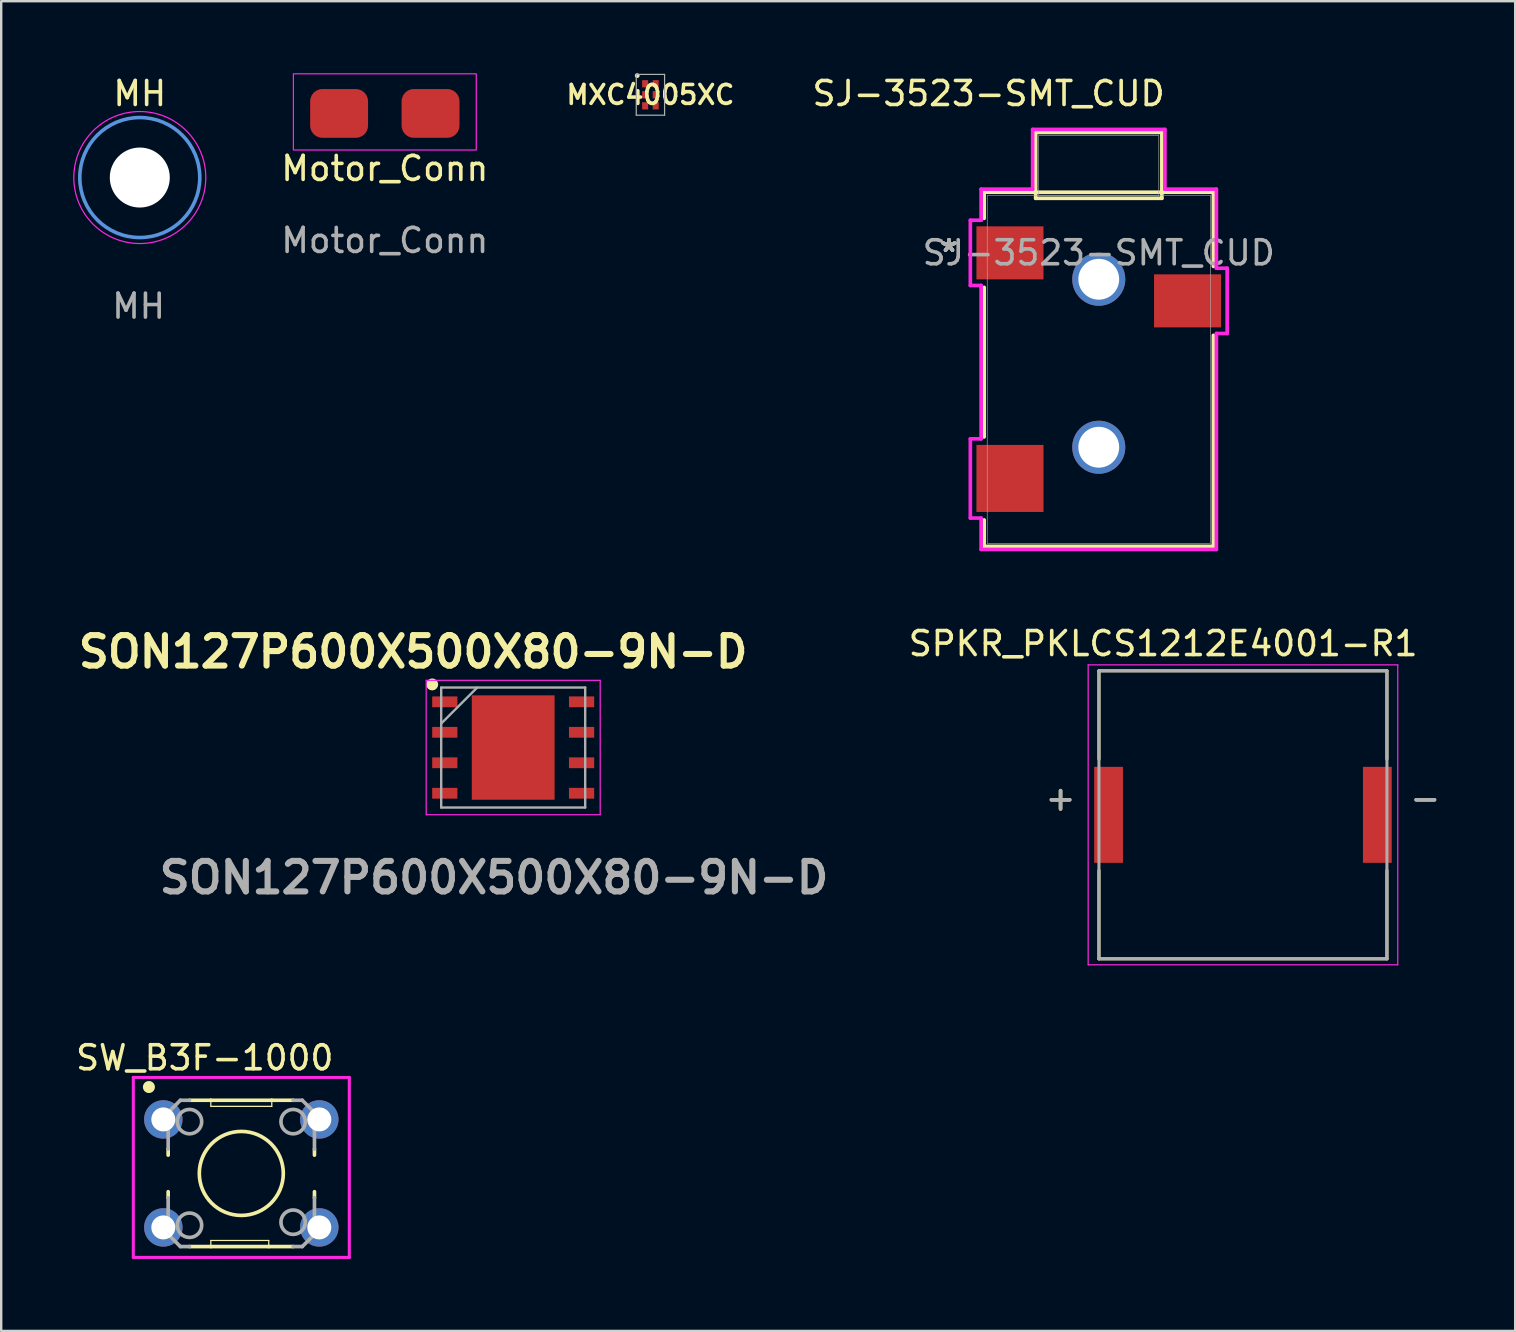
<source format=kicad_pcb>
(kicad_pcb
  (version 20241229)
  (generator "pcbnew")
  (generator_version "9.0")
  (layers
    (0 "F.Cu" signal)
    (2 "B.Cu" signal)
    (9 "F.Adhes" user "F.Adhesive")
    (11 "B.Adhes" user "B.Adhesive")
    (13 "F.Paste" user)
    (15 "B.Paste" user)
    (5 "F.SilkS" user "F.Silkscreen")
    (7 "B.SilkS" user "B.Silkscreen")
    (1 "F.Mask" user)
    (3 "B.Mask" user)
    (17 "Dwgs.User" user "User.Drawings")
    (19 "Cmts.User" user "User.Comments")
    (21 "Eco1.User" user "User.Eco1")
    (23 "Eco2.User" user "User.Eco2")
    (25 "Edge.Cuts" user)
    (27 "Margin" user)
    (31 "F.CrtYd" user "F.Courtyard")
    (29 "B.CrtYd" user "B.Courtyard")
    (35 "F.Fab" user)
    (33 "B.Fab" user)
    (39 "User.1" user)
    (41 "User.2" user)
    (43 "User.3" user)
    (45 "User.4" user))
  (footprint "SON127P600X500X80-9N-D"
    (layer "F.Cu")
    (at 18.334 28.099)
    (property "Reference" "SON127P600X500X80-9N-D" (at -4.17 -3.99 0) (layer "F.SilkS") (effects (font (size 1.27 1.27) (thickness 0.254))))
    (attr smd)
    (fp_circle (center -3.375 -2.63) (end -3.375 -2.505) (stroke (width 0.25) (type solid)) (fill no) (layer "F.SilkS"))
    (fp_line (start -3.625 -2.8) (end 3.625 -2.8) (stroke (width 0.05) (type solid)) (layer "F.CrtYd"))
    (fp_line (start -3.625 2.8) (end -3.625 -2.8) (stroke (width 0.05) (type solid)) (layer "F.CrtYd"))
    (fp_line (start 3.625 -2.8) (end 3.625 2.8) (stroke (width 0.05) (type solid)) (layer "F.CrtYd"))
    (fp_line (start 3.625 2.8) (end -3.625 2.8) (stroke (width 0.05) (type solid)) (layer "F.CrtYd"))
    (fp_line (start -3 -2.5) (end 3 -2.5) (stroke (width 0.1) (type solid)) (layer "F.Fab"))
    (fp_line (start -3 -1) (end -1.5 -2.5) (stroke (width 0.1) (type solid)) (layer "F.Fab"))
    (fp_line (start -3 2.5) (end -3 -2.5) (stroke (width 0.1) (type solid)) (layer "F.Fab"))
    (fp_line (start 3 -2.5) (end 3 2.5) (stroke (width 0.1) (type solid)) (layer "F.Fab"))
    (fp_line (start 3 2.5) (end -3 2.5) (stroke (width 0.1) (type solid)) (layer "F.Fab"))
    (fp_text user "${REFERENCE}" (at -0.8 5.42 0) (layer "F.Fab") (effects (font (size 1.27 1.27) (thickness 0.254))))
    (pad "1" smd rect (at -2.85 -1.905 90) (size 0.45 1.05) (layers "F.Cu" "F.Mask" "F.Paste"))
    (pad "2" smd rect (at -2.85 -0.635 90) (size 0.45 1.05) (layers "F.Cu" "F.Mask" "F.Paste"))
    (pad "3" smd rect (at -2.85 0.635 90) (size 0.45 1.05) (layers "F.Cu" "F.Mask" "F.Paste"))
    (pad "4" smd rect (at -2.85 1.905 90) (size 0.45 1.05) (layers "F.Cu" "F.Mask" "F.Paste"))
    (pad "5" smd rect (at 2.85 1.905 90) (size 0.45 1.05) (layers "F.Cu" "F.Mask" "F.Paste"))
    (pad "6" smd rect (at 2.85 0.635 90) (size 0.45 1.05) (layers "F.Cu" "F.Mask" "F.Paste"))
    (pad "7" smd rect (at 2.85 -0.635 90) (size 0.45 1.05) (layers "F.Cu" "F.Mask" "F.Paste"))
    (pad "8" smd rect (at 2.85 -1.905 90) (size 0.45 1.05) (layers "F.Cu" "F.Mask" "F.Paste"))
    (pad "9" smd rect (at 0 0) (size 3.45 4.35) (layers "F.Cu" "F.Mask" "F.Paste")))
  (footprint "SPKR_PKLCS1212E4001-R1"
    (layer "F.Cu")
    (at 48.742 30.903)
    (property "Reference" "SPKR_PKLCS1212E4001-R1" (at -3.325 -7.135 0) (layer "F.SilkS") (effects (font (size 1 1) (thickness 0.15))))
    (attr smd)
    (fp_line (start -6 -6) (end -6 -2.32) (stroke (width 0.127) (type solid)) (layer "F.SilkS"))
    (fp_line (start -6 -6) (end 6 -6) (stroke (width 0.127) (type solid)) (layer "F.SilkS"))
    (fp_line (start -6 6) (end -6 2.32) (stroke (width 0.127) (type solid)) (layer "F.SilkS"))
    (fp_line (start -6 6) (end 6 6) (stroke (width 0.127) (type solid)) (layer "F.SilkS"))
    (fp_line (start 6 -6) (end 6 -2.32) (stroke (width 0.127) (type solid)) (layer "F.SilkS"))
    (fp_line (start 6 6) (end 6 2.32) (stroke (width 0.127) (type solid)) (layer "F.SilkS"))
    (fp_line (start -6.45 -6.25) (end 6.45 -6.25) (stroke (width 0.05) (type solid)) (layer "F.CrtYd"))
    (fp_line (start -6.45 6.25) (end -6.45 -6.25) (stroke (width 0.05) (type solid)) (layer "F.CrtYd"))
    (fp_line (start 6.45 -6.25) (end 6.45 6.25) (stroke (width 0.05) (type solid)) (layer "F.CrtYd"))
    (fp_line (start 6.45 6.25) (end -6.45 6.25) (stroke (width 0.05) (type solid)) (layer "F.CrtYd"))
    (fp_line (start -6 -6) (end 6 -6) (stroke (width 0.127) (type solid)) (layer "F.Fab"))
    (fp_line (start -6 6) (end -6 -6) (stroke (width 0.127) (type solid)) (layer "F.Fab"))
    (fp_line (start 6 -6) (end 6 6) (stroke (width 0.127) (type solid)) (layer "F.Fab"))
    (fp_line (start 6 6) (end -6 6) (stroke (width 0.127) (type solid)) (layer "F.Fab"))
    (fp_text user "+" (at -7.6 -0.7 0) (layer "F.SilkS") (effects (font (size 1 1) (thickness 0.15))))
    (fp_text user "-" (at 7.6 -0.7 0) (layer "F.SilkS") (effects (font (size 1 1) (thickness 0.15))))
    (fp_text user "+" (at -7.6 -0.7 0) (layer "F.Fab") (effects (font (size 1 1) (thickness 0.15))))
    (fp_text user "-" (at 7.6 -0.7 0) (layer "F.Fab") (effects (font (size 1 1) (thickness 0.15))))
    (pad "N" smd rect (at 5.6 0) (size 1.2 4) (layers "F.Cu" "F.Mask" "F.Paste"))
    (pad "P" smd rect (at -5.6 0) (size 1.2 4) (layers "F.Cu" "F.Mask" "F.Paste")))
  (footprint "SJ-3523-SMT_CUD"
    (layer "F.Cu")
    (at 42.734 12.338)
    (property "Reference" "SJ-3523-SMT_CUD" (at -4.59 -11.49 0) (unlocked yes) (layer "F.SilkS") (effects (font (size 1 1) (thickness 0.15))))
    (attr smd)
    (fp_line (start -4.775 -7.379) (end -4.775 -6.289) (stroke (width 0.152) (type solid)) (layer "F.SilkS"))
    (fp_line (start -4.775 -3.414) (end -4.775 2.819) (stroke (width 0.152) (type solid)) (layer "F.SilkS"))
    (fp_line (start -4.775 6.278) (end -4.775 7.379) (stroke (width 0.152) (type solid)) (layer "F.SilkS"))
    (fp_line (start -4.775 7.379) (end 4.775 7.379) (stroke (width 0.152) (type solid)) (layer "F.SilkS"))
    (fp_line (start -2.629 -9.868) (end -2.629 -7.125) (stroke (width 0.152) (type solid)) (layer "F.SilkS"))
    (fp_line (start -2.629 -7.125) (end 2.629 -7.125) (stroke (width 0.152) (type solid)) (layer "F.SilkS"))
    (fp_line (start 2.629 -9.868) (end -2.629 -9.868) (stroke (width 0.152) (type solid)) (layer "F.SilkS"))
    (fp_line (start 2.629 -7.125) (end 2.629 -9.868) (stroke (width 0.152) (type solid)) (layer "F.SilkS"))
    (fp_line (start 4.775 -7.379) (end -4.775 -7.379) (stroke (width 0.152) (type solid)) (layer "F.SilkS"))
    (fp_line (start 4.775 -4.289) (end 4.775 -7.379) (stroke (width 0.152) (type solid)) (layer "F.SilkS"))
    (fp_line (start 4.775 7.379) (end 4.775 -1.414) (stroke (width 0.152) (type solid)) (layer "F.SilkS"))
    (fp_line (start -5.351 -6.211) (end -5.351 -3.493) (stroke (width 0.152) (type solid)) (layer "F.CrtYd"))
    (fp_line (start -5.351 -3.493) (end -4.902 -3.493) (stroke (width 0.152) (type solid)) (layer "F.CrtYd"))
    (fp_line (start -5.351 2.897) (end -5.351 6.199) (stroke (width 0.152) (type solid)) (layer "F.CrtYd"))
    (fp_line (start -5.351 6.199) (end -4.902 6.199) (stroke (width 0.152) (type solid)) (layer "F.CrtYd"))
    (fp_line (start -4.902 -7.506) (end -4.902 -6.211) (stroke (width 0.152) (type solid)) (layer "F.CrtYd"))
    (fp_line (start -4.902 -6.211) (end -5.351 -6.211) (stroke (width 0.152) (type solid)) (layer "F.CrtYd"))
    (fp_line (start -4.902 -3.493) (end -4.902 2.897) (stroke (width 0.152) (type solid)) (layer "F.CrtYd"))
    (fp_line (start -4.902 2.897) (end -5.351 2.897) (stroke (width 0.152) (type solid)) (layer "F.CrtYd"))
    (fp_line (start -4.902 6.199) (end -4.902 7.506) (stroke (width 0.152) (type solid)) (layer "F.CrtYd"))
    (fp_line (start -4.902 7.506) (end 4.902 7.506) (stroke (width 0.152) (type solid)) (layer "F.CrtYd"))
    (fp_line (start -2.756 -9.995) (end -2.756 -7.506) (stroke (width 0.152) (type solid)) (layer "F.CrtYd"))
    (fp_line (start -2.756 -7.506) (end -4.902 -7.506) (stroke (width 0.152) (type solid)) (layer "F.CrtYd"))
    (fp_line (start 2.756 -9.995) (end -2.756 -9.995) (stroke (width 0.152) (type solid)) (layer "F.CrtYd"))
    (fp_line (start 2.756 -7.506) (end 2.756 -9.995) (stroke (width 0.152) (type solid)) (layer "F.CrtYd"))
    (fp_line (start 4.902 -7.506) (end 2.756 -7.506) (stroke (width 0.152) (type solid)) (layer "F.CrtYd"))
    (fp_line (start 4.902 -4.211) (end 4.902 -7.506) (stroke (width 0.152) (type solid)) (layer "F.CrtYd"))
    (fp_line (start 4.902 -1.493) (end 5.351 -1.493) (stroke (width 0.152) (type solid)) (layer "F.CrtYd"))
    (fp_line (start 4.902 7.506) (end 4.902 -1.493) (stroke (width 0.152) (type solid)) (layer "F.CrtYd"))
    (fp_line (start 5.351 -4.211) (end 4.902 -4.211) (stroke (width 0.152) (type solid)) (layer "F.CrtYd"))
    (fp_line (start 5.351 -1.493) (end 5.351 -4.211) (stroke (width 0.152) (type solid)) (layer "F.CrtYd"))
    (fp_line (start -4.648 -7.252) (end -4.648 7.252) (stroke (width 0.025) (type solid)) (layer "F.Fab"))
    (fp_line (start -4.648 7.252) (end 4.648 7.252) (stroke (width 0.025) (type solid)) (layer "F.Fab"))
    (fp_line (start -2.502 -9.741) (end -2.502 -7.252) (stroke (width 0.025) (type solid)) (layer "F.Fab"))
    (fp_line (start -2.502 -7.252) (end 2.502 -7.252) (stroke (width 0.025) (type solid)) (layer "F.Fab"))
    (fp_line (start 2.502 -9.741) (end -2.502 -9.741) (stroke (width 0.025) (type solid)) (layer "F.Fab"))
    (fp_line (start 2.502 -7.252) (end 2.502 -9.741) (stroke (width 0.025) (type solid)) (layer "F.Fab"))
    (fp_line (start 4.648 -7.252) (end -4.648 -7.252) (stroke (width 0.025) (type solid)) (layer "F.Fab"))
    (fp_line (start 4.648 7.252) (end 4.648 -7.252) (stroke (width 0.025) (type solid)) (layer "F.Fab"))
    (fp_text user "*" (at -6.24 -4.852 0) (unlocked yes) (layer "F.SilkS") (effects (font (size 1 1) (thickness 0.15))))
    (fp_text user "*" (at -6.24 -4.852 0) (layer "F.SilkS") (effects (font (size 1 1) (thickness 0.15))))
    (fp_text user "${REFERENCE}" (at 0 -4.852 0) (unlocked yes) (layer "F.Fab") (effects (font (size 1 1) (thickness 0.15))))
    (fp_text user "*" (at -6.24 -4.852 0) (unlocked yes) (layer "F.Fab") (effects (font (size 1 1) (thickness 0.15))))
    (fp_text user "*" (at -6.24 -4.852 0) (layer "F.Fab") (effects (font (size 1 1) (thickness 0.15))))
    (pad "1" smd rect (at -3.7 -4.852) (size 2.794 2.21) (layers "F.Cu" "F.Mask" "F.Paste"))
    (pad "2" smd rect (at -3.7 4.548) (size 2.794 2.794) (layers "F.Cu" "F.Mask" "F.Paste"))
    (pad "3" smd rect (at 3.7 -2.852) (size 2.794 2.21) (layers "F.Cu" "F.Mask" "F.Paste"))
    (pad "4" thru_hole circle (at 0 -3.752) (size 2.21 2.21) (drill 1.702) (layers "*.Cu" "*.Mask"))
    (pad "5" thru_hole circle (at 0 3.248) (size 2.21 2.21) (drill 1.702) (layers "*.Cu" "*.Mask")))
  (footprint "Motor_Conn"
    (layer "F.Cu")
    (at 12.985 4.47)
    (property "Reference" "Motor_Conn" (at 0 -0.5 0) (unlocked yes) (layer "F.SilkS") (effects (font (size 1 1) (thickness 0.15))))
    (attr smd)
    (fp_rect (start -3.81 -4.445) (end 3.81 -1.27) (stroke (width 0.05) (type default)) (fill no) (layer "F.CrtYd"))
    (fp_text user "${REFERENCE}" (at 0 2.5 0) (unlocked yes) (layer "F.Fab") (effects (font (size 1 1) (thickness 0.15))))
    (pad "1" smd roundrect (at -1.905 -2.794) (size 2.413 2.032) (layers "F.Cu" "F.Mask" "F.Paste") (roundrect_rratio 0.25))
    (pad "2" smd roundrect (at 1.905 -2.794) (size 2.413 2.032) (layers "F.Cu" "F.Mask" "F.Paste") (roundrect_rratio 0.25)))
  (footprint "SW_B3F-1000"
    (layer "F.Cu")
    (at 7.005 45.845)
    (property "Reference" "SW_B3F-1000" (at -1.523 -4.818 0) (layer "F.SilkS") (effects (font (size 1 1) (thickness 0.15))))
    (attr through_hole)
    (fp_line (start -3.048 -0.762) (end -3.048 -1.016) (stroke (width 0.152) (type solid)) (layer "F.SilkS"))
    (fp_line (start -3.048 0.762) (end -3.048 1.016) (stroke (width 0.152) (type solid)) (layer "F.SilkS"))
    (fp_line (start -2.159 3.048) (end -1.27 3.048) (stroke (width 0.152) (type solid)) (layer "F.SilkS"))
    (fp_line (start -1.27 -3.048) (end -2.159 -3.048) (stroke (width 0.152) (type solid)) (layer "F.SilkS"))
    (fp_line (start -1.27 -3.048) (end -1.27 -2.794) (stroke (width 0.051) (type solid)) (layer "F.SilkS"))
    (fp_line (start -1.27 2.794) (end -1.27 3.048) (stroke (width 0.051) (type solid)) (layer "F.SilkS"))
    (fp_line (start -1.27 3.048) (end 1.143 3.048) (stroke (width 0.152) (type solid)) (layer "F.SilkS"))
    (fp_line (start 1.143 2.794) (end -1.27 2.794) (stroke (width 0.051) (type solid)) (layer "F.SilkS"))
    (fp_line (start 1.143 2.794) (end 1.143 3.048) (stroke (width 0.051) (type solid)) (layer "F.SilkS"))
    (fp_line (start 1.143 3.048) (end 2.159 3.048) (stroke (width 0.152) (type solid)) (layer "F.SilkS"))
    (fp_line (start 1.27 -3.048) (end -1.27 -3.048) (stroke (width 0.152) (type solid)) (layer "F.SilkS"))
    (fp_line (start 1.27 -2.794) (end -1.27 -2.794) (stroke (width 0.051) (type solid)) (layer "F.SilkS"))
    (fp_line (start 1.27 -2.794) (end 1.27 -3.048) (stroke (width 0.051) (type solid)) (layer "F.SilkS"))
    (fp_line (start 2.159 -3.048) (end 1.27 -3.048) (stroke (width 0.152) (type solid)) (layer "F.SilkS"))
    (fp_line (start 3.048 -0.762) (end 3.048 -1.016) (stroke (width 0.152) (type solid)) (layer "F.SilkS"))
    (fp_line (start 3.048 0.762) (end 3.048 1.016) (stroke (width 0.152) (type solid)) (layer "F.SilkS"))
    (fp_circle (center -3.85 -3.6) (end -3.6 -3.6) (stroke (width 0) (type solid)) (fill yes) (layer "F.SilkS"))
    (fp_circle (center 0 0) (end 1.75 0) (stroke (width 0.152) (type solid)) (fill no) (layer "F.SilkS"))
    (fp_line (start -4.5 -4) (end 4.5 -4) (stroke (width 0.127) (type solid)) (layer "F.CrtYd"))
    (fp_line (start -4.5 3.5) (end -4.5 -4) (stroke (width 0.127) (type solid)) (layer "F.CrtYd"))
    (fp_line (start 4.5 -4) (end 4.5 3.5) (stroke (width 0.127) (type solid)) (layer "F.CrtYd"))
    (fp_line (start 4.5 3.5) (end -4.5 3.5) (stroke (width 0.127) (type solid)) (layer "F.CrtYd"))
    (fp_line (start -3.048 -2.54) (end -3.048 -1.016) (stroke (width 0.152) (type solid)) (layer "F.Fab"))
    (fp_line (start -3.048 2.54) (end -3.048 1.016) (stroke (width 0.152) (type solid)) (layer "F.Fab"))
    (fp_line (start -2.54 -3.048) (end -3.048 -2.54) (stroke (width 0.152) (type solid)) (layer "F.Fab"))
    (fp_line (start -2.54 -3.048) (end -2.159 -3.048) (stroke (width 0.152) (type solid)) (layer "F.Fab"))
    (fp_line (start -2.54 3.048) (end -3.048 2.54) (stroke (width 0.152) (type solid)) (layer "F.Fab"))
    (fp_line (start -2.54 3.048) (end -2.159 3.048) (stroke (width 0.152) (type solid)) (layer "F.Fab"))
    (fp_line (start 2.54 -3.048) (end 2.159 -3.048) (stroke (width 0.152) (type solid)) (layer "F.Fab"))
    (fp_line (start 2.54 3.048) (end 2.159 3.048) (stroke (width 0.152) (type solid)) (layer "F.Fab"))
    (fp_line (start 2.54 3.048) (end 3.048 2.54) (stroke (width 0.152) (type solid)) (layer "F.Fab"))
    (fp_line (start 3.048 -2.54) (end 2.54 -3.048) (stroke (width 0.152) (type solid)) (layer "F.Fab"))
    (fp_line (start 3.048 -1.016) (end 3.048 -2.54) (stroke (width 0.152) (type solid)) (layer "F.Fab"))
    (fp_line (start 3.048 2.54) (end 3.048 1.016) (stroke (width 0.152) (type solid)) (layer "F.Fab"))
    (fp_circle (center -2.159 -2.159) (end -1.651 -2.159) (stroke (width 0.152) (type solid)) (fill no) (layer "F.Fab"))
    (fp_circle (center -2.159 2.159) (end -1.651 2.159) (stroke (width 0.152) (type solid)) (fill no) (layer "F.Fab"))
    (fp_circle (center 2.159 -2.159) (end 2.667 -2.159) (stroke (width 0.152) (type solid)) (fill no) (layer "F.Fab"))
    (fp_circle (center 2.159 2.032) (end 2.667 2.032) (stroke (width 0.152) (type solid)) (fill no) (layer "F.Fab"))
    (pad "1" thru_hole circle (at -3.25 -2.25) (size 1.6 1.6) (drill 1) (layers "*.Cu" "*.Mask"))
    (pad "2" thru_hole circle (at 3.25 -2.25) (size 1.6 1.6) (drill 1) (layers "*.Cu" "*.Mask"))
    (pad "3" thru_hole circle (at -3.25 2.25) (size 1.6 1.6) (drill 1) (layers "*.Cu" "*.Mask"))
    (pad "4" thru_hole circle (at 3.25 2.25) (size 1.6 1.6) (drill 1) (layers "*.Cu" "*.Mask")))
  (footprint "MH"
    (layer "F.Cu")
    (at 2.775 4.348)
    (property "Reference" "MH" (at 0 -3.5 0) (layer "F.SilkS") (effects (font (size 1 1) (thickness 0.15))))
    (attr exclude_from_pos_files exclude_from_bom)
    (fp_circle (center 0 0) (end 2.5 0) (stroke (width 0.15) (type solid)) (fill no) (layer "Cmts.User"))
    (fp_circle (center 0 0) (end 2.75 0) (stroke (width 0.05) (type solid)) (fill no) (layer "F.CrtYd"))
    (fp_text user "${REFERENCE}" (at -0.05 5.36 0) (layer "F.Fab") (effects (font (size 1 1) (thickness 0.15))))
    (pad "" np_thru_hole circle (at 0 0) (size 2.5 2.5) (drill 3.6) (layers "*.Cu" "*.Mask")))
  (footprint "MXC4005XC"
    (layer "F.Cu")
    (at 24.052 0.9)
    (property "Reference" "MXC4005XC" (at 0 0 0) (layer "F.SilkS") (effects (font (size 0.787 0.787) (thickness 0.15))))
    (attr smd)
    (fp_circle (center -0.55 -0.8) (end -0.5 -0.8) (stroke (width 0.1) (type solid)) (fill no) (layer "F.SilkS"))
    (fp_line (start -0.59 -0.85) (end -0.59 0.85) (stroke (width 0.05) (type solid)) (layer "F.Fab"))
    (fp_line (start -0.59 0.85) (end 0.59 0.85) (stroke (width 0.05) (type solid)) (layer "F.Fab"))
    (fp_line (start 0.59 -0.85) (end -0.59 -0.85) (stroke (width 0.05) (type solid)) (layer "F.Fab"))
    (fp_line (start 0.59 0.85) (end 0.59 -0.85) (stroke (width 0.05) (type solid)) (layer "F.Fab"))
    (pad "1" smd rect (at -0.22 -0.46) (size 0.25 0.3) (layers "F.Cu" "F.Mask" "F.Paste"))
    (pad "2" smd rect (at -0.22 0) (size 0.25 0.3) (layers "F.Cu" "F.Mask" "F.Paste"))
    (pad "3" smd rect (at -0.22 0.46) (size 0.25 0.3) (layers "F.Cu" "F.Mask" "F.Paste"))
    (pad "4" smd rect (at 0.22 0.46) (size 0.25 0.3) (layers "F.Cu" "F.Mask" "F.Paste"))
    (pad "5" smd rect (at 0.22 0) (size 0.25 0.3) (layers "F.Cu" "F.Mask" "F.Paste"))
    (pad "6" smd rect (at 0.22 -0.46) (size 0.25 0.3) (layers "F.Cu" "F.Mask" "F.Paste")))
  (gr_rect
    (start -3 -3)
    (end 60.086 52.408)
    (stroke (width 0.1) (type default))
    (fill no)
    (layer "Edge.Cuts")))
</source>
